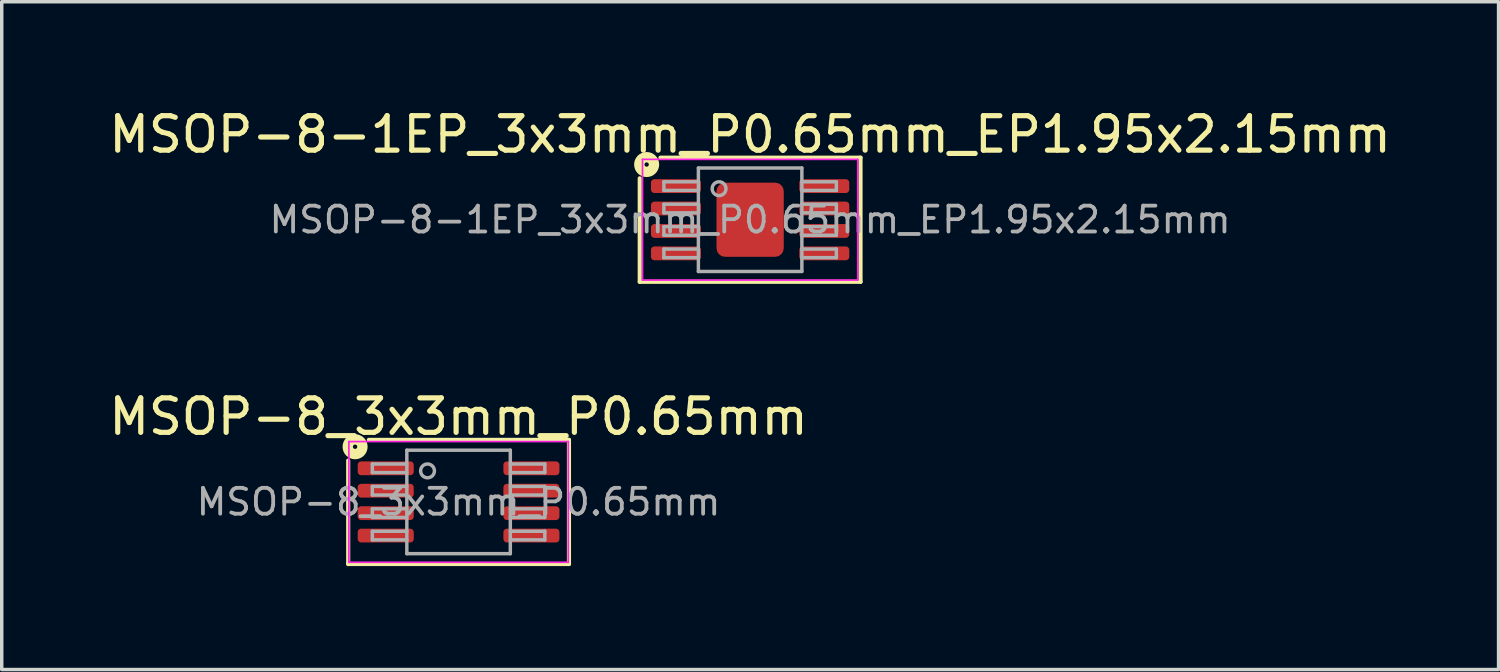
<source format=kicad_pcb>
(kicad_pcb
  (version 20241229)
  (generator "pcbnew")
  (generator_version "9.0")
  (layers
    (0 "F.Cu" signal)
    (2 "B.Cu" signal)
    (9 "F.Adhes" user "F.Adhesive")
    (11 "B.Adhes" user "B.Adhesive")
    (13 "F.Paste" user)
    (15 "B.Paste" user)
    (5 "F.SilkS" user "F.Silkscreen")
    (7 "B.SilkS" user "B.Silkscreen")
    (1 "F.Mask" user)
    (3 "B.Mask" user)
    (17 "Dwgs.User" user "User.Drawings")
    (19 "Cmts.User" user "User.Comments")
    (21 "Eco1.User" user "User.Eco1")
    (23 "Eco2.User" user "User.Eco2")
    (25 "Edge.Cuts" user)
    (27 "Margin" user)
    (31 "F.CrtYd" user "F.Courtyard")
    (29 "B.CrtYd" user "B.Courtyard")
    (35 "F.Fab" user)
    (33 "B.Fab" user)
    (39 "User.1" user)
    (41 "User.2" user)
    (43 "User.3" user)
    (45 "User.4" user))
  (footprint "MSOP-8-1EP_3x3mm_P0.65mm_EP1.95x2.15mm"
    (layer "F.Cu")
    (at 18.696 3.32)
    (property "Reference" "MSOP-8-1EP_3x3mm_P0.65mm_EP1.95x2.15mm" (at 0 -2.472 0) (layer "F.SilkS") (effects (font (size 1 1) (thickness 0.15))))
    (attr smd)
    (fp_line (start -3.2 1.8) (end -3.2 -1.2) (stroke (width 0.12) (type solid)) (layer "F.SilkS"))
    (fp_line (start -2.6 -1.8) (end 3.2 -1.8) (stroke (width 0.12) (type solid)) (layer "F.SilkS"))
    (fp_line (start 3.2 -1.8) (end 3.2 1.8) (stroke (width 0.12) (type solid)) (layer "F.SilkS"))
    (fp_line (start 3.2 1.8) (end -3.2 1.8) (stroke (width 0.12) (type solid)) (layer "F.SilkS"))
    (fp_circle (center -3 -1.6) (end -2.937 -1.6) (stroke (width 0.3) (type solid)) (fill no) (layer "F.SilkS"))
    (fp_line (start -3.12 -1.75) (end -3.12 1.75) (stroke (width 0.05) (type solid)) (layer "F.CrtYd"))
    (fp_line (start -3.12 1.75) (end 3.12 1.75) (stroke (width 0.05) (type solid)) (layer "F.CrtYd"))
    (fp_line (start 3.12 -1.75) (end -3.12 -1.75) (stroke (width 0.05) (type solid)) (layer "F.CrtYd"))
    (fp_line (start 3.12 1.75) (end 3.12 -1.75) (stroke (width 0.05) (type solid)) (layer "F.CrtYd"))
    (fp_line (start -2.5 -1.1) (end -2.5 -0.85) (stroke (width 0.1) (type solid)) (layer "F.Fab"))
    (fp_line (start -2.5 -1.1) (end -1.5 -1.1) (stroke (width 0.1) (type solid)) (layer "F.Fab"))
    (fp_line (start -2.5 -0.85) (end -1.5 -0.85) (stroke (width 0.1) (type solid)) (layer "F.Fab"))
    (fp_line (start -2.5 -0.45) (end -2.5 -0.2) (stroke (width 0.1) (type solid)) (layer "F.Fab"))
    (fp_line (start -2.5 -0.45) (end -1.5 -0.45) (stroke (width 0.1) (type solid)) (layer "F.Fab"))
    (fp_line (start -2.5 -0.2) (end -1.5 -0.2) (stroke (width 0.1) (type solid)) (layer "F.Fab"))
    (fp_line (start -2.5 0.2) (end -2.5 0.45) (stroke (width 0.1) (type solid)) (layer "F.Fab"))
    (fp_line (start -2.5 0.2) (end -1.5 0.2) (stroke (width 0.1) (type solid)) (layer "F.Fab"))
    (fp_line (start -2.5 0.45) (end -1.5 0.45) (stroke (width 0.1) (type solid)) (layer "F.Fab"))
    (fp_line (start -2.5 0.85) (end -2.5 1.1) (stroke (width 0.1) (type solid)) (layer "F.Fab"))
    (fp_line (start -2.5 0.85) (end -1.5 0.85) (stroke (width 0.1) (type solid)) (layer "F.Fab"))
    (fp_line (start -2.5 1.1) (end -1.5 1.1) (stroke (width 0.1) (type solid)) (layer "F.Fab"))
    (fp_line (start -1.5 -1.5) (end 1.5 -1.5) (stroke (width 0.1) (type solid)) (layer "F.Fab"))
    (fp_line (start -1.5 1.5) (end -1.5 -1.5) (stroke (width 0.1) (type solid)) (layer "F.Fab"))
    (fp_line (start 1.5 -1.5) (end 1.5 1.5) (stroke (width 0.1) (type solid)) (layer "F.Fab"))
    (fp_line (start 1.5 1.5) (end -1.5 1.5) (stroke (width 0.1) (type solid)) (layer "F.Fab"))
    (fp_line (start 2.5 -1.1) (end 1.5 -1.1) (stroke (width 0.1) (type solid)) (layer "F.Fab"))
    (fp_line (start 2.5 -0.85) (end 1.5 -0.85) (stroke (width 0.1) (type solid)) (layer "F.Fab"))
    (fp_line (start 2.5 -0.85) (end 2.5 -1.1) (stroke (width 0.1) (type solid)) (layer "F.Fab"))
    (fp_line (start 2.5 -0.45) (end 1.5 -0.45) (stroke (width 0.1) (type solid)) (layer "F.Fab"))
    (fp_line (start 2.5 -0.2) (end 1.5 -0.2) (stroke (width 0.1) (type solid)) (layer "F.Fab"))
    (fp_line (start 2.5 -0.2) (end 2.5 -0.45) (stroke (width 0.1) (type solid)) (layer "F.Fab"))
    (fp_line (start 2.5 0.2) (end 1.5 0.2) (stroke (width 0.1) (type solid)) (layer "F.Fab"))
    (fp_line (start 2.5 0.45) (end 1.5 0.45) (stroke (width 0.1) (type solid)) (layer "F.Fab"))
    (fp_line (start 2.5 0.45) (end 2.5 0.2) (stroke (width 0.1) (type solid)) (layer "F.Fab"))
    (fp_line (start 2.5 0.85) (end 1.5 0.85) (stroke (width 0.1) (type solid)) (layer "F.Fab"))
    (fp_line (start 2.5 1.1) (end 1.5 1.1) (stroke (width 0.1) (type solid)) (layer "F.Fab"))
    (fp_line (start 2.5 1.1) (end 2.5 0.85) (stroke (width 0.1) (type solid)) (layer "F.Fab"))
    (fp_circle (center -0.9 -0.9) (end -0.7 -0.9) (stroke (width 0.1) (type solid)) (fill no) (layer "F.Fab"))
    (fp_text user "${REFERENCE}" (at 0 0 0) (layer "F.Fab") (effects (font (size 0.75 0.75) (thickness 0.11))))
    (pad "" smd roundrect (at -0.49 -0.54) (size 0.79 0.87) (layers "F.Paste") (roundrect_rratio 0.25))
    (pad "" smd roundrect (at -0.49 0.54) (size 0.79 0.87) (layers "F.Paste") (roundrect_rratio 0.25))
    (pad "" smd roundrect (at 0.49 -0.54) (size 0.79 0.87) (layers "F.Paste") (roundrect_rratio 0.25))
    (pad "" smd roundrect (at 0.49 0.54) (size 0.79 0.87) (layers "F.Paste") (roundrect_rratio 0.25))
    (pad "1" smd roundrect (at -2.15 -0.975) (size 1.45 0.4) (layers "F.Cu" "F.Mask" "F.Paste") (roundrect_rratio 0.25))
    (pad "2" smd roundrect (at -2.15 -0.325) (size 1.45 0.4) (layers "F.Cu" "F.Mask" "F.Paste") (roundrect_rratio 0.25))
    (pad "3" smd roundrect (at -2.15 0.325) (size 1.45 0.4) (layers "F.Cu" "F.Mask" "F.Paste") (roundrect_rratio 0.25))
    (pad "4" smd roundrect (at -2.15 0.975) (size 1.45 0.4) (layers "F.Cu" "F.Mask" "F.Paste") (roundrect_rratio 0.25))
    (pad "5" smd roundrect (at 2.15 0.975) (size 1.45 0.4) (layers "F.Cu" "F.Mask" "F.Paste") (roundrect_rratio 0.25))
    (pad "6" smd roundrect (at 2.15 0.325) (size 1.45 0.4) (layers "F.Cu" "F.Mask" "F.Paste") (roundrect_rratio 0.25))
    (pad "7" smd roundrect (at 2.15 -0.325) (size 1.45 0.4) (layers "F.Cu" "F.Mask" "F.Paste") (roundrect_rratio 0.25))
    (pad "8" smd roundrect (at 2.15 -0.975) (size 1.45 0.4) (layers "F.Cu" "F.Mask" "F.Paste") (roundrect_rratio 0.25))
    (pad "9" smd roundrect (at 0 0) (size 1.95 2.15) (layers "F.Cu" "F.Mask") (roundrect_rratio 0.128)))
  (footprint "MSOP-8_3x3mm_P0.65mm"
    (layer "F.Cu")
    (at 10.244 11.501)
    (property "Reference" "MSOP-8_3x3mm_P0.65mm" (at 0 -2.472 0) (layer "F.SilkS") (effects (font (size 1 1) (thickness 0.15))))
    (attr smd)
    (fp_line (start -3.2 1.8) (end -3.2 -1.2) (stroke (width 0.12) (type solid)) (layer "F.SilkS"))
    (fp_line (start -2.6 -1.8) (end 3.2 -1.8) (stroke (width 0.12) (type solid)) (layer "F.SilkS"))
    (fp_line (start 3.2 -1.8) (end 3.2 1.8) (stroke (width 0.12) (type solid)) (layer "F.SilkS"))
    (fp_line (start 3.2 1.8) (end -3.2 1.8) (stroke (width 0.12) (type solid)) (layer "F.SilkS"))
    (fp_circle (center -3 -1.6) (end -2.937 -1.6) (stroke (width 0.3) (type solid)) (fill no) (layer "F.SilkS"))
    (fp_line (start -3.18 -1.75) (end -3.18 1.75) (stroke (width 0.05) (type solid)) (layer "F.CrtYd"))
    (fp_line (start -3.18 1.75) (end 3.18 1.75) (stroke (width 0.05) (type solid)) (layer "F.CrtYd"))
    (fp_line (start 3.18 -1.75) (end -3.18 -1.75) (stroke (width 0.05) (type solid)) (layer "F.CrtYd"))
    (fp_line (start 3.18 1.75) (end 3.18 -1.75) (stroke (width 0.05) (type solid)) (layer "F.CrtYd"))
    (fp_line (start -2.5 -1.1) (end -2.5 -0.85) (stroke (width 0.1) (type solid)) (layer "F.Fab"))
    (fp_line (start -2.5 -1.1) (end -1.5 -1.1) (stroke (width 0.1) (type solid)) (layer "F.Fab"))
    (fp_line (start -2.5 -0.85) (end -1.5 -0.85) (stroke (width 0.1) (type solid)) (layer "F.Fab"))
    (fp_line (start -2.5 -0.45) (end -2.5 -0.2) (stroke (width 0.1) (type solid)) (layer "F.Fab"))
    (fp_line (start -2.5 -0.45) (end -1.5 -0.45) (stroke (width 0.1) (type solid)) (layer "F.Fab"))
    (fp_line (start -2.5 -0.2) (end -1.5 -0.2) (stroke (width 0.1) (type solid)) (layer "F.Fab"))
    (fp_line (start -2.5 0.2) (end -2.5 0.45) (stroke (width 0.1) (type solid)) (layer "F.Fab"))
    (fp_line (start -2.5 0.2) (end -1.5 0.2) (stroke (width 0.1) (type solid)) (layer "F.Fab"))
    (fp_line (start -2.5 0.45) (end -1.5 0.45) (stroke (width 0.1) (type solid)) (layer "F.Fab"))
    (fp_line (start -2.5 0.85) (end -2.5 1.1) (stroke (width 0.1) (type solid)) (layer "F.Fab"))
    (fp_line (start -2.5 0.85) (end -1.5 0.85) (stroke (width 0.1) (type solid)) (layer "F.Fab"))
    (fp_line (start -2.5 1.1) (end -1.5 1.1) (stroke (width 0.1) (type solid)) (layer "F.Fab"))
    (fp_line (start -1.5 -1.5) (end 1.5 -1.5) (stroke (width 0.1) (type solid)) (layer "F.Fab"))
    (fp_line (start -1.5 1.5) (end -1.5 -1.5) (stroke (width 0.1) (type solid)) (layer "F.Fab"))
    (fp_line (start 1.5 -1.5) (end 1.5 1.5) (stroke (width 0.1) (type solid)) (layer "F.Fab"))
    (fp_line (start 1.5 1.5) (end -1.5 1.5) (stroke (width 0.1) (type solid)) (layer "F.Fab"))
    (fp_line (start 2.5 -1.1) (end 1.5 -1.1) (stroke (width 0.1) (type solid)) (layer "F.Fab"))
    (fp_line (start 2.5 -0.85) (end 1.5 -0.85) (stroke (width 0.1) (type solid)) (layer "F.Fab"))
    (fp_line (start 2.5 -0.85) (end 2.5 -1.1) (stroke (width 0.1) (type solid)) (layer "F.Fab"))
    (fp_line (start 2.5 -0.45) (end 1.5 -0.45) (stroke (width 0.1) (type solid)) (layer "F.Fab"))
    (fp_line (start 2.5 -0.2) (end 1.5 -0.2) (stroke (width 0.1) (type solid)) (layer "F.Fab"))
    (fp_line (start 2.5 -0.2) (end 2.5 -0.45) (stroke (width 0.1) (type solid)) (layer "F.Fab"))
    (fp_line (start 2.5 0.2) (end 1.5 0.2) (stroke (width 0.1) (type solid)) (layer "F.Fab"))
    (fp_line (start 2.5 0.45) (end 1.5 0.45) (stroke (width 0.1) (type solid)) (layer "F.Fab"))
    (fp_line (start 2.5 0.45) (end 2.5 0.2) (stroke (width 0.1) (type solid)) (layer "F.Fab"))
    (fp_line (start 2.5 0.85) (end 1.5 0.85) (stroke (width 0.1) (type solid)) (layer "F.Fab"))
    (fp_line (start 2.5 1.1) (end 1.5 1.1) (stroke (width 0.1) (type solid)) (layer "F.Fab"))
    (fp_line (start 2.5 1.1) (end 2.5 0.85) (stroke (width 0.1) (type solid)) (layer "F.Fab"))
    (fp_circle (center -0.9 -0.9) (end -0.7 -0.9) (stroke (width 0.1) (type solid)) (fill no) (layer "F.Fab"))
    (fp_text user "${REFERENCE}" (at 0 0 0) (layer "F.Fab") (effects (font (size 0.75 0.75) (thickness 0.11))))
    (pad "1" smd roundrect (at -2.112 -0.975) (size 1.625 0.4) (layers "F.Cu" "F.Mask" "F.Paste") (roundrect_rratio 0.25))
    (pad "2" smd roundrect (at -2.112 -0.325) (size 1.625 0.4) (layers "F.Cu" "F.Mask" "F.Paste") (roundrect_rratio 0.25))
    (pad "3" smd roundrect (at -2.112 0.325) (size 1.625 0.4) (layers "F.Cu" "F.Mask" "F.Paste") (roundrect_rratio 0.25))
    (pad "4" smd roundrect (at -2.112 0.975) (size 1.625 0.4) (layers "F.Cu" "F.Mask" "F.Paste") (roundrect_rratio 0.25))
    (pad "5" smd roundrect (at 2.112 0.975) (size 1.625 0.4) (layers "F.Cu" "F.Mask" "F.Paste") (roundrect_rratio 0.25))
    (pad "6" smd roundrect (at 2.112 0.325) (size 1.625 0.4) (layers "F.Cu" "F.Mask" "F.Paste") (roundrect_rratio 0.25))
    (pad "7" smd roundrect (at 2.112 -0.325) (size 1.625 0.4) (layers "F.Cu" "F.Mask" "F.Paste") (roundrect_rratio 0.25))
    (pad "8" smd roundrect (at 2.112 -0.975) (size 1.625 0.4) (layers "F.Cu" "F.Mask" "F.Paste") (roundrect_rratio 0.25)))
  (gr_rect
    (start -3 -3)
    (end 40.393 16.36)
    (stroke (width 0.1) (type default))
    (fill no)
    (layer "Edge.Cuts")))
</source>
